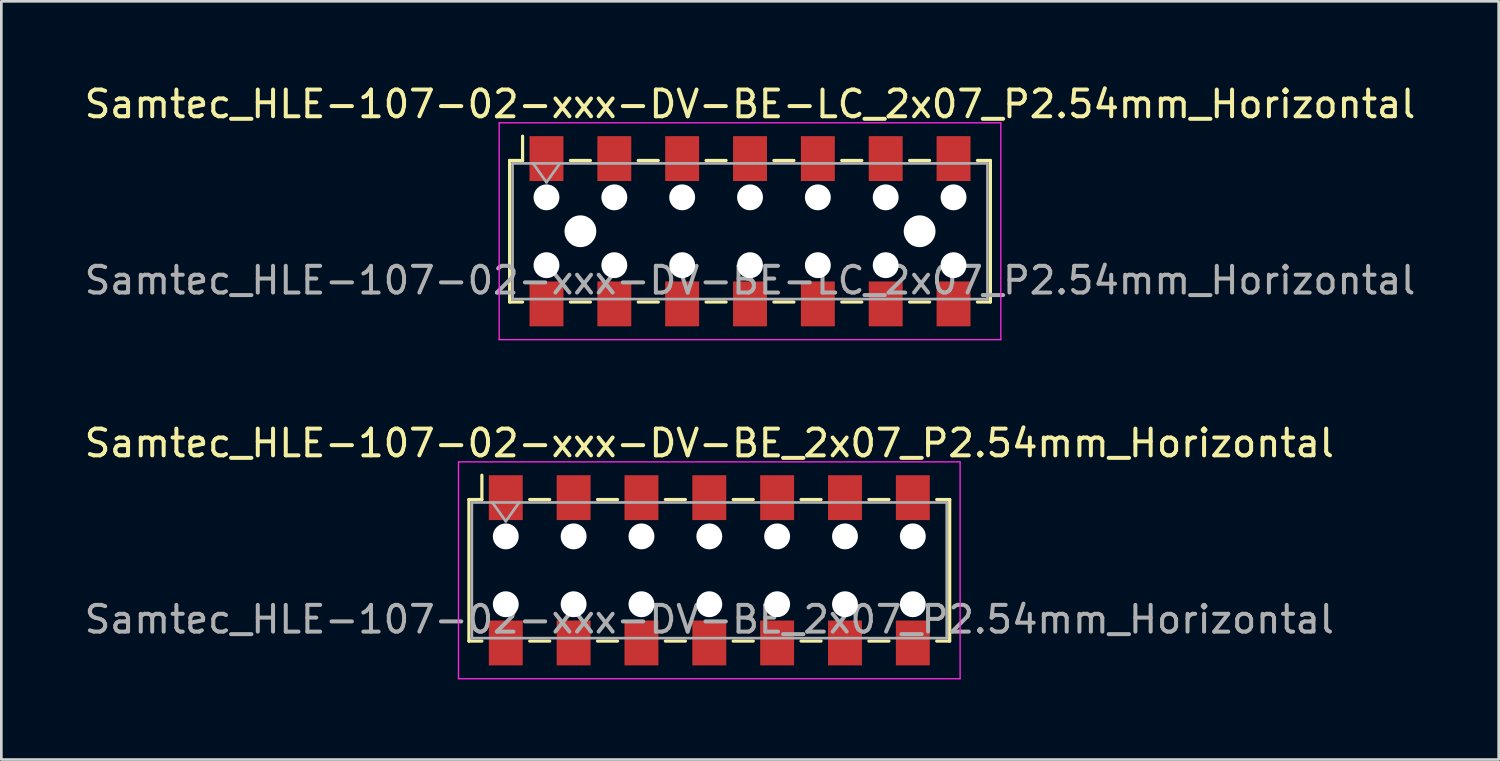
<source format=kicad_pcb>
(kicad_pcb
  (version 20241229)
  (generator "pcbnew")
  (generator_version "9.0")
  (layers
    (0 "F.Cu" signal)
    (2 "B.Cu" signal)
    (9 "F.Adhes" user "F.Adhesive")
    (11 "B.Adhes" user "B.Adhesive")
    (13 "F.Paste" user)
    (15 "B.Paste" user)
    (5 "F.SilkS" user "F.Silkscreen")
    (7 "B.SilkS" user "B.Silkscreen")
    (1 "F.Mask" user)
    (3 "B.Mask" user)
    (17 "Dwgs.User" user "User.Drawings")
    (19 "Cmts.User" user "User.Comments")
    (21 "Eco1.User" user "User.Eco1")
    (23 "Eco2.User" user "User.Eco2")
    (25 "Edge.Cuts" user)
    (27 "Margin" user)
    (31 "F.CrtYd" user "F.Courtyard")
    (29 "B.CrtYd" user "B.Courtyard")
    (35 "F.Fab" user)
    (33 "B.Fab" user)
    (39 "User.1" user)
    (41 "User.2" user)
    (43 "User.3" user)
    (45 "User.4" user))
  (footprint "Samtec_HLE-107-02-xxx-DV-BE_2x07_P2.54mm_Horizontal"
    (layer "F.Cu")
    (at 23.506 18.302)
    (property "Reference" "Samtec_HLE-107-02-xxx-DV-BE_2x07_P2.54mm_Horizontal" (at 0 -4.76 0) (layer "F.SilkS") (effects (font (size 1 1) (thickness 0.15))))
    (attr smd)
    (fp_line (start -9 -2.65) (end -9 2.65) (stroke (width 0.12) (type solid)) (layer "F.SilkS"))
    (fp_line (start -9 2.65) (end -8.515 2.65) (stroke (width 0.12) (type solid)) (layer "F.SilkS"))
    (fp_line (start -8.515 -3.56) (end -8.515 -2.65) (stroke (width 0.12) (type solid)) (layer "F.SilkS"))
    (fp_line (start -8.515 -2.65) (end -9 -2.65) (stroke (width 0.12) (type solid)) (layer "F.SilkS"))
    (fp_line (start -6.725 -2.65) (end -5.975 -2.65) (stroke (width 0.12) (type solid)) (layer "F.SilkS"))
    (fp_line (start -6.725 2.65) (end -5.975 2.65) (stroke (width 0.12) (type solid)) (layer "F.SilkS"))
    (fp_line (start -4.185 -2.65) (end -3.435 -2.65) (stroke (width 0.12) (type solid)) (layer "F.SilkS"))
    (fp_line (start -4.185 2.65) (end -3.435 2.65) (stroke (width 0.12) (type solid)) (layer "F.SilkS"))
    (fp_line (start -1.645 -2.65) (end -0.895 -2.65) (stroke (width 0.12) (type solid)) (layer "F.SilkS"))
    (fp_line (start -1.645 2.65) (end -0.895 2.65) (stroke (width 0.12) (type solid)) (layer "F.SilkS"))
    (fp_line (start 0.895 -2.65) (end 1.645 -2.65) (stroke (width 0.12) (type solid)) (layer "F.SilkS"))
    (fp_line (start 0.895 2.65) (end 1.645 2.65) (stroke (width 0.12) (type solid)) (layer "F.SilkS"))
    (fp_line (start 3.435 -2.65) (end 4.185 -2.65) (stroke (width 0.12) (type solid)) (layer "F.SilkS"))
    (fp_line (start 3.435 2.65) (end 4.185 2.65) (stroke (width 0.12) (type solid)) (layer "F.SilkS"))
    (fp_line (start 5.975 -2.65) (end 6.725 -2.65) (stroke (width 0.12) (type solid)) (layer "F.SilkS"))
    (fp_line (start 5.975 2.65) (end 6.725 2.65) (stroke (width 0.12) (type solid)) (layer "F.SilkS"))
    (fp_line (start 8.515 -2.65) (end 9 -2.65) (stroke (width 0.12) (type solid)) (layer "F.SilkS"))
    (fp_line (start 9 -2.65) (end 9 2.65) (stroke (width 0.12) (type solid)) (layer "F.SilkS"))
    (fp_line (start 9 2.65) (end 8.515 2.65) (stroke (width 0.12) (type solid)) (layer "F.SilkS"))
    (fp_line (start -9.39 -4.06) (end 9.39 -4.06) (stroke (width 0.05) (type solid)) (layer "F.CrtYd"))
    (fp_line (start -9.39 4.06) (end -9.39 -4.06) (stroke (width 0.05) (type solid)) (layer "F.CrtYd"))
    (fp_line (start 9.39 -4.06) (end 9.39 4.06) (stroke (width 0.05) (type solid)) (layer "F.CrtYd"))
    (fp_line (start 9.39 4.06) (end -9.39 4.06) (stroke (width 0.05) (type solid)) (layer "F.CrtYd"))
    (fp_line (start -8.89 -2.54) (end 8.89 -2.54) (stroke (width 0.1) (type solid)) (layer "F.Fab"))
    (fp_line (start -8.89 2.54) (end -8.89 -2.54) (stroke (width 0.1) (type solid)) (layer "F.Fab"))
    (fp_line (start -8.12 -2.54) (end -7.62 -1.833) (stroke (width 0.1) (type solid)) (layer "F.Fab"))
    (fp_line (start -7.62 -1.833) (end -7.12 -2.54) (stroke (width 0.1) (type solid)) (layer "F.Fab"))
    (fp_line (start 8.89 -2.54) (end 8.89 2.54) (stroke (width 0.1) (type solid)) (layer "F.Fab"))
    (fp_line (start 8.89 2.54) (end -8.89 2.54) (stroke (width 0.1) (type solid)) (layer "F.Fab"))
    (fp_text user "${REFERENCE}" (at 0 1.84 0) (layer "F.Fab") (effects (font (size 1 1) (thickness 0.15))))
    (pad "" np_thru_hole circle (at -7.62 -1.27) (size 0.97 0.97) (drill 0.97) (layers "*.Cu" "*.Mask"))
    (pad "" np_thru_hole circle (at -7.62 1.27) (size 0.97 0.97) (drill 0.97) (layers "*.Cu" "*.Mask"))
    (pad "" np_thru_hole circle (at -5.08 -1.27) (size 0.97 0.97) (drill 0.97) (layers "*.Cu" "*.Mask"))
    (pad "" np_thru_hole circle (at -5.08 1.27) (size 0.97 0.97) (drill 0.97) (layers "*.Cu" "*.Mask"))
    (pad "" np_thru_hole circle (at -2.54 -1.27) (size 0.97 0.97) (drill 0.97) (layers "*.Cu" "*.Mask"))
    (pad "" np_thru_hole circle (at -2.54 1.27) (size 0.97 0.97) (drill 0.97) (layers "*.Cu" "*.Mask"))
    (pad "" np_thru_hole circle (at 0 -1.27) (size 0.97 0.97) (drill 0.97) (layers "*.Cu" "*.Mask"))
    (pad "" np_thru_hole circle (at 0 1.27) (size 0.97 0.97) (drill 0.97) (layers "*.Cu" "*.Mask"))
    (pad "" np_thru_hole circle (at 2.54 -1.27) (size 0.97 0.97) (drill 0.97) (layers "*.Cu" "*.Mask"))
    (pad "" np_thru_hole circle (at 2.54 1.27) (size 0.97 0.97) (drill 0.97) (layers "*.Cu" "*.Mask"))
    (pad "" np_thru_hole circle (at 5.08 -1.27) (size 0.97 0.97) (drill 0.97) (layers "*.Cu" "*.Mask"))
    (pad "" np_thru_hole circle (at 5.08 1.27) (size 0.97 0.97) (drill 0.97) (layers "*.Cu" "*.Mask"))
    (pad "" np_thru_hole circle (at 7.62 -1.27) (size 0.97 0.97) (drill 0.97) (layers "*.Cu" "*.Mask"))
    (pad "" np_thru_hole circle (at 7.62 1.27) (size 0.97 0.97) (drill 0.97) (layers "*.Cu" "*.Mask"))
    (pad "1" smd rect (at -7.62 -2.72) (size 1.27 1.68) (layers "F.Cu" "F.Mask" "F.Paste"))
    (pad "2" smd rect (at -7.62 2.72) (size 1.27 1.68) (layers "F.Cu" "F.Mask" "F.Paste"))
    (pad "3" smd rect (at -5.08 -2.72) (size 1.27 1.68) (layers "F.Cu" "F.Mask" "F.Paste"))
    (pad "4" smd rect (at -5.08 2.72) (size 1.27 1.68) (layers "F.Cu" "F.Mask" "F.Paste"))
    (pad "5" smd rect (at -2.54 -2.72) (size 1.27 1.68) (layers "F.Cu" "F.Mask" "F.Paste"))
    (pad "6" smd rect (at -2.54 2.72) (size 1.27 1.68) (layers "F.Cu" "F.Mask" "F.Paste"))
    (pad "7" smd rect (at 0 -2.72) (size 1.27 1.68) (layers "F.Cu" "F.Mask" "F.Paste"))
    (pad "8" smd rect (at 0 2.72) (size 1.27 1.68) (layers "F.Cu" "F.Mask" "F.Paste"))
    (pad "9" smd rect (at 2.54 -2.72) (size 1.27 1.68) (layers "F.Cu" "F.Mask" "F.Paste"))
    (pad "10" smd rect (at 2.54 2.72) (size 1.27 1.68) (layers "F.Cu" "F.Mask" "F.Paste"))
    (pad "11" smd rect (at 5.08 -2.72) (size 1.27 1.68) (layers "F.Cu" "F.Mask" "F.Paste"))
    (pad "12" smd rect (at 5.08 2.72) (size 1.27 1.68) (layers "F.Cu" "F.Mask" "F.Paste"))
    (pad "13" smd rect (at 7.62 -2.72) (size 1.27 1.68) (layers "F.Cu" "F.Mask" "F.Paste"))
    (pad "14" smd rect (at 7.62 2.72) (size 1.27 1.68) (layers "F.Cu" "F.Mask" "F.Paste")))
  (footprint "Samtec_HLE-107-02-xxx-DV-BE-LC_2x07_P2.54mm_Horizontal"
    (layer "F.Cu")
    (at 25.03 5.608)
    (property "Reference" "Samtec_HLE-107-02-xxx-DV-BE-LC_2x07_P2.54mm_Horizontal" (at 0 -4.76 0) (layer "F.SilkS") (effects (font (size 1 1) (thickness 0.15))))
    (attr smd)
    (fp_line (start -9 -2.65) (end -9 2.65) (stroke (width 0.12) (type solid)) (layer "F.SilkS"))
    (fp_line (start -9 2.65) (end -8.515 2.65) (stroke (width 0.12) (type solid)) (layer "F.SilkS"))
    (fp_line (start -8.515 -3.56) (end -8.515 -2.65) (stroke (width 0.12) (type solid)) (layer "F.SilkS"))
    (fp_line (start -8.515 -2.65) (end -9 -2.65) (stroke (width 0.12) (type solid)) (layer "F.SilkS"))
    (fp_line (start -6.725 -2.65) (end -5.975 -2.65) (stroke (width 0.12) (type solid)) (layer "F.SilkS"))
    (fp_line (start -6.725 2.65) (end -5.975 2.65) (stroke (width 0.12) (type solid)) (layer "F.SilkS"))
    (fp_line (start -4.185 -2.65) (end -3.435 -2.65) (stroke (width 0.12) (type solid)) (layer "F.SilkS"))
    (fp_line (start -4.185 2.65) (end -3.435 2.65) (stroke (width 0.12) (type solid)) (layer "F.SilkS"))
    (fp_line (start -1.645 -2.65) (end -0.895 -2.65) (stroke (width 0.12) (type solid)) (layer "F.SilkS"))
    (fp_line (start -1.645 2.65) (end -0.895 2.65) (stroke (width 0.12) (type solid)) (layer "F.SilkS"))
    (fp_line (start 0.895 -2.65) (end 1.645 -2.65) (stroke (width 0.12) (type solid)) (layer "F.SilkS"))
    (fp_line (start 0.895 2.65) (end 1.645 2.65) (stroke (width 0.12) (type solid)) (layer "F.SilkS"))
    (fp_line (start 3.435 -2.65) (end 4.185 -2.65) (stroke (width 0.12) (type solid)) (layer "F.SilkS"))
    (fp_line (start 3.435 2.65) (end 4.185 2.65) (stroke (width 0.12) (type solid)) (layer "F.SilkS"))
    (fp_line (start 5.975 -2.65) (end 6.725 -2.65) (stroke (width 0.12) (type solid)) (layer "F.SilkS"))
    (fp_line (start 5.975 2.65) (end 6.725 2.65) (stroke (width 0.12) (type solid)) (layer "F.SilkS"))
    (fp_line (start 8.515 -2.65) (end 9 -2.65) (stroke (width 0.12) (type solid)) (layer "F.SilkS"))
    (fp_line (start 9 -2.65) (end 9 2.65) (stroke (width 0.12) (type solid)) (layer "F.SilkS"))
    (fp_line (start 9 2.65) (end 8.515 2.65) (stroke (width 0.12) (type solid)) (layer "F.SilkS"))
    (fp_line (start -9.39 -4.06) (end 9.39 -4.06) (stroke (width 0.05) (type solid)) (layer "F.CrtYd"))
    (fp_line (start -9.39 4.06) (end -9.39 -4.06) (stroke (width 0.05) (type solid)) (layer "F.CrtYd"))
    (fp_line (start 9.39 -4.06) (end 9.39 4.06) (stroke (width 0.05) (type solid)) (layer "F.CrtYd"))
    (fp_line (start 9.39 4.06) (end -9.39 4.06) (stroke (width 0.05) (type solid)) (layer "F.CrtYd"))
    (fp_line (start -8.89 -2.54) (end 8.89 -2.54) (stroke (width 0.1) (type solid)) (layer "F.Fab"))
    (fp_line (start -8.89 2.54) (end -8.89 -2.54) (stroke (width 0.1) (type solid)) (layer "F.Fab"))
    (fp_line (start -8.12 -2.54) (end -7.62 -1.833) (stroke (width 0.1) (type solid)) (layer "F.Fab"))
    (fp_line (start -7.62 -1.833) (end -7.12 -2.54) (stroke (width 0.1) (type solid)) (layer "F.Fab"))
    (fp_line (start 8.89 -2.54) (end 8.89 2.54) (stroke (width 0.1) (type solid)) (layer "F.Fab"))
    (fp_line (start 8.89 2.54) (end -8.89 2.54) (stroke (width 0.1) (type solid)) (layer "F.Fab"))
    (fp_text user "${REFERENCE}" (at 0 1.84 0) (layer "F.Fab") (effects (font (size 1 1) (thickness 0.15))))
    (pad "" np_thru_hole circle (at -7.62 -1.27) (size 0.97 0.97) (drill 0.97) (layers "*.Cu" "*.Mask"))
    (pad "" np_thru_hole circle (at -7.62 1.27) (size 0.97 0.97) (drill 0.97) (layers "*.Cu" "*.Mask"))
    (pad "" np_thru_hole circle (at -6.35 0) (size 1.19 1.19) (drill 1.19) (layers "*.Cu" "*.Mask"))
    (pad "" np_thru_hole circle (at -5.08 -1.27) (size 0.97 0.97) (drill 0.97) (layers "*.Cu" "*.Mask"))
    (pad "" np_thru_hole circle (at -5.08 1.27) (size 0.97 0.97) (drill 0.97) (layers "*.Cu" "*.Mask"))
    (pad "" np_thru_hole circle (at -2.54 -1.27) (size 0.97 0.97) (drill 0.97) (layers "*.Cu" "*.Mask"))
    (pad "" np_thru_hole circle (at -2.54 1.27) (size 0.97 0.97) (drill 0.97) (layers "*.Cu" "*.Mask"))
    (pad "" np_thru_hole circle (at 0 -1.27) (size 0.97 0.97) (drill 0.97) (layers "*.Cu" "*.Mask"))
    (pad "" np_thru_hole circle (at 0 1.27) (size 0.97 0.97) (drill 0.97) (layers "*.Cu" "*.Mask"))
    (pad "" np_thru_hole circle (at 2.54 -1.27) (size 0.97 0.97) (drill 0.97) (layers "*.Cu" "*.Mask"))
    (pad "" np_thru_hole circle (at 2.54 1.27) (size 0.97 0.97) (drill 0.97) (layers "*.Cu" "*.Mask"))
    (pad "" np_thru_hole circle (at 5.08 -1.27) (size 0.97 0.97) (drill 0.97) (layers "*.Cu" "*.Mask"))
    (pad "" np_thru_hole circle (at 5.08 1.27) (size 0.97 0.97) (drill 0.97) (layers "*.Cu" "*.Mask"))
    (pad "" np_thru_hole circle (at 6.35 0) (size 1.19 1.19) (drill 1.19) (layers "*.Cu" "*.Mask"))
    (pad "" np_thru_hole circle (at 7.62 -1.27) (size 0.97 0.97) (drill 0.97) (layers "*.Cu" "*.Mask"))
    (pad "" np_thru_hole circle (at 7.62 1.27) (size 0.97 0.97) (drill 0.97) (layers "*.Cu" "*.Mask"))
    (pad "1" smd rect (at -7.62 -2.72) (size 1.27 1.68) (layers "F.Cu" "F.Mask" "F.Paste"))
    (pad "2" smd rect (at -7.62 2.72) (size 1.27 1.68) (layers "F.Cu" "F.Mask" "F.Paste"))
    (pad "3" smd rect (at -5.08 -2.72) (size 1.27 1.68) (layers "F.Cu" "F.Mask" "F.Paste"))
    (pad "4" smd rect (at -5.08 2.72) (size 1.27 1.68) (layers "F.Cu" "F.Mask" "F.Paste"))
    (pad "5" smd rect (at -2.54 -2.72) (size 1.27 1.68) (layers "F.Cu" "F.Mask" "F.Paste"))
    (pad "6" smd rect (at -2.54 2.72) (size 1.27 1.68) (layers "F.Cu" "F.Mask" "F.Paste"))
    (pad "7" smd rect (at 0 -2.72) (size 1.27 1.68) (layers "F.Cu" "F.Mask" "F.Paste"))
    (pad "8" smd rect (at 0 2.72) (size 1.27 1.68) (layers "F.Cu" "F.Mask" "F.Paste"))
    (pad "9" smd rect (at 2.54 -2.72) (size 1.27 1.68) (layers "F.Cu" "F.Mask" "F.Paste"))
    (pad "10" smd rect (at 2.54 2.72) (size 1.27 1.68) (layers "F.Cu" "F.Mask" "F.Paste"))
    (pad "11" smd rect (at 5.08 -2.72) (size 1.27 1.68) (layers "F.Cu" "F.Mask" "F.Paste"))
    (pad "12" smd rect (at 5.08 2.72) (size 1.27 1.68) (layers "F.Cu" "F.Mask" "F.Paste"))
    (pad "13" smd rect (at 7.62 -2.72) (size 1.27 1.68) (layers "F.Cu" "F.Mask" "F.Paste"))
    (pad "14" smd rect (at 7.62 2.72) (size 1.27 1.68) (layers "F.Cu" "F.Mask" "F.Paste")))
  (gr_rect
    (start -3 -3)
    (end 53.06 25.387)
    (stroke (width 0.1) (type default))
    (fill no)
    (layer "Edge.Cuts")))
</source>
